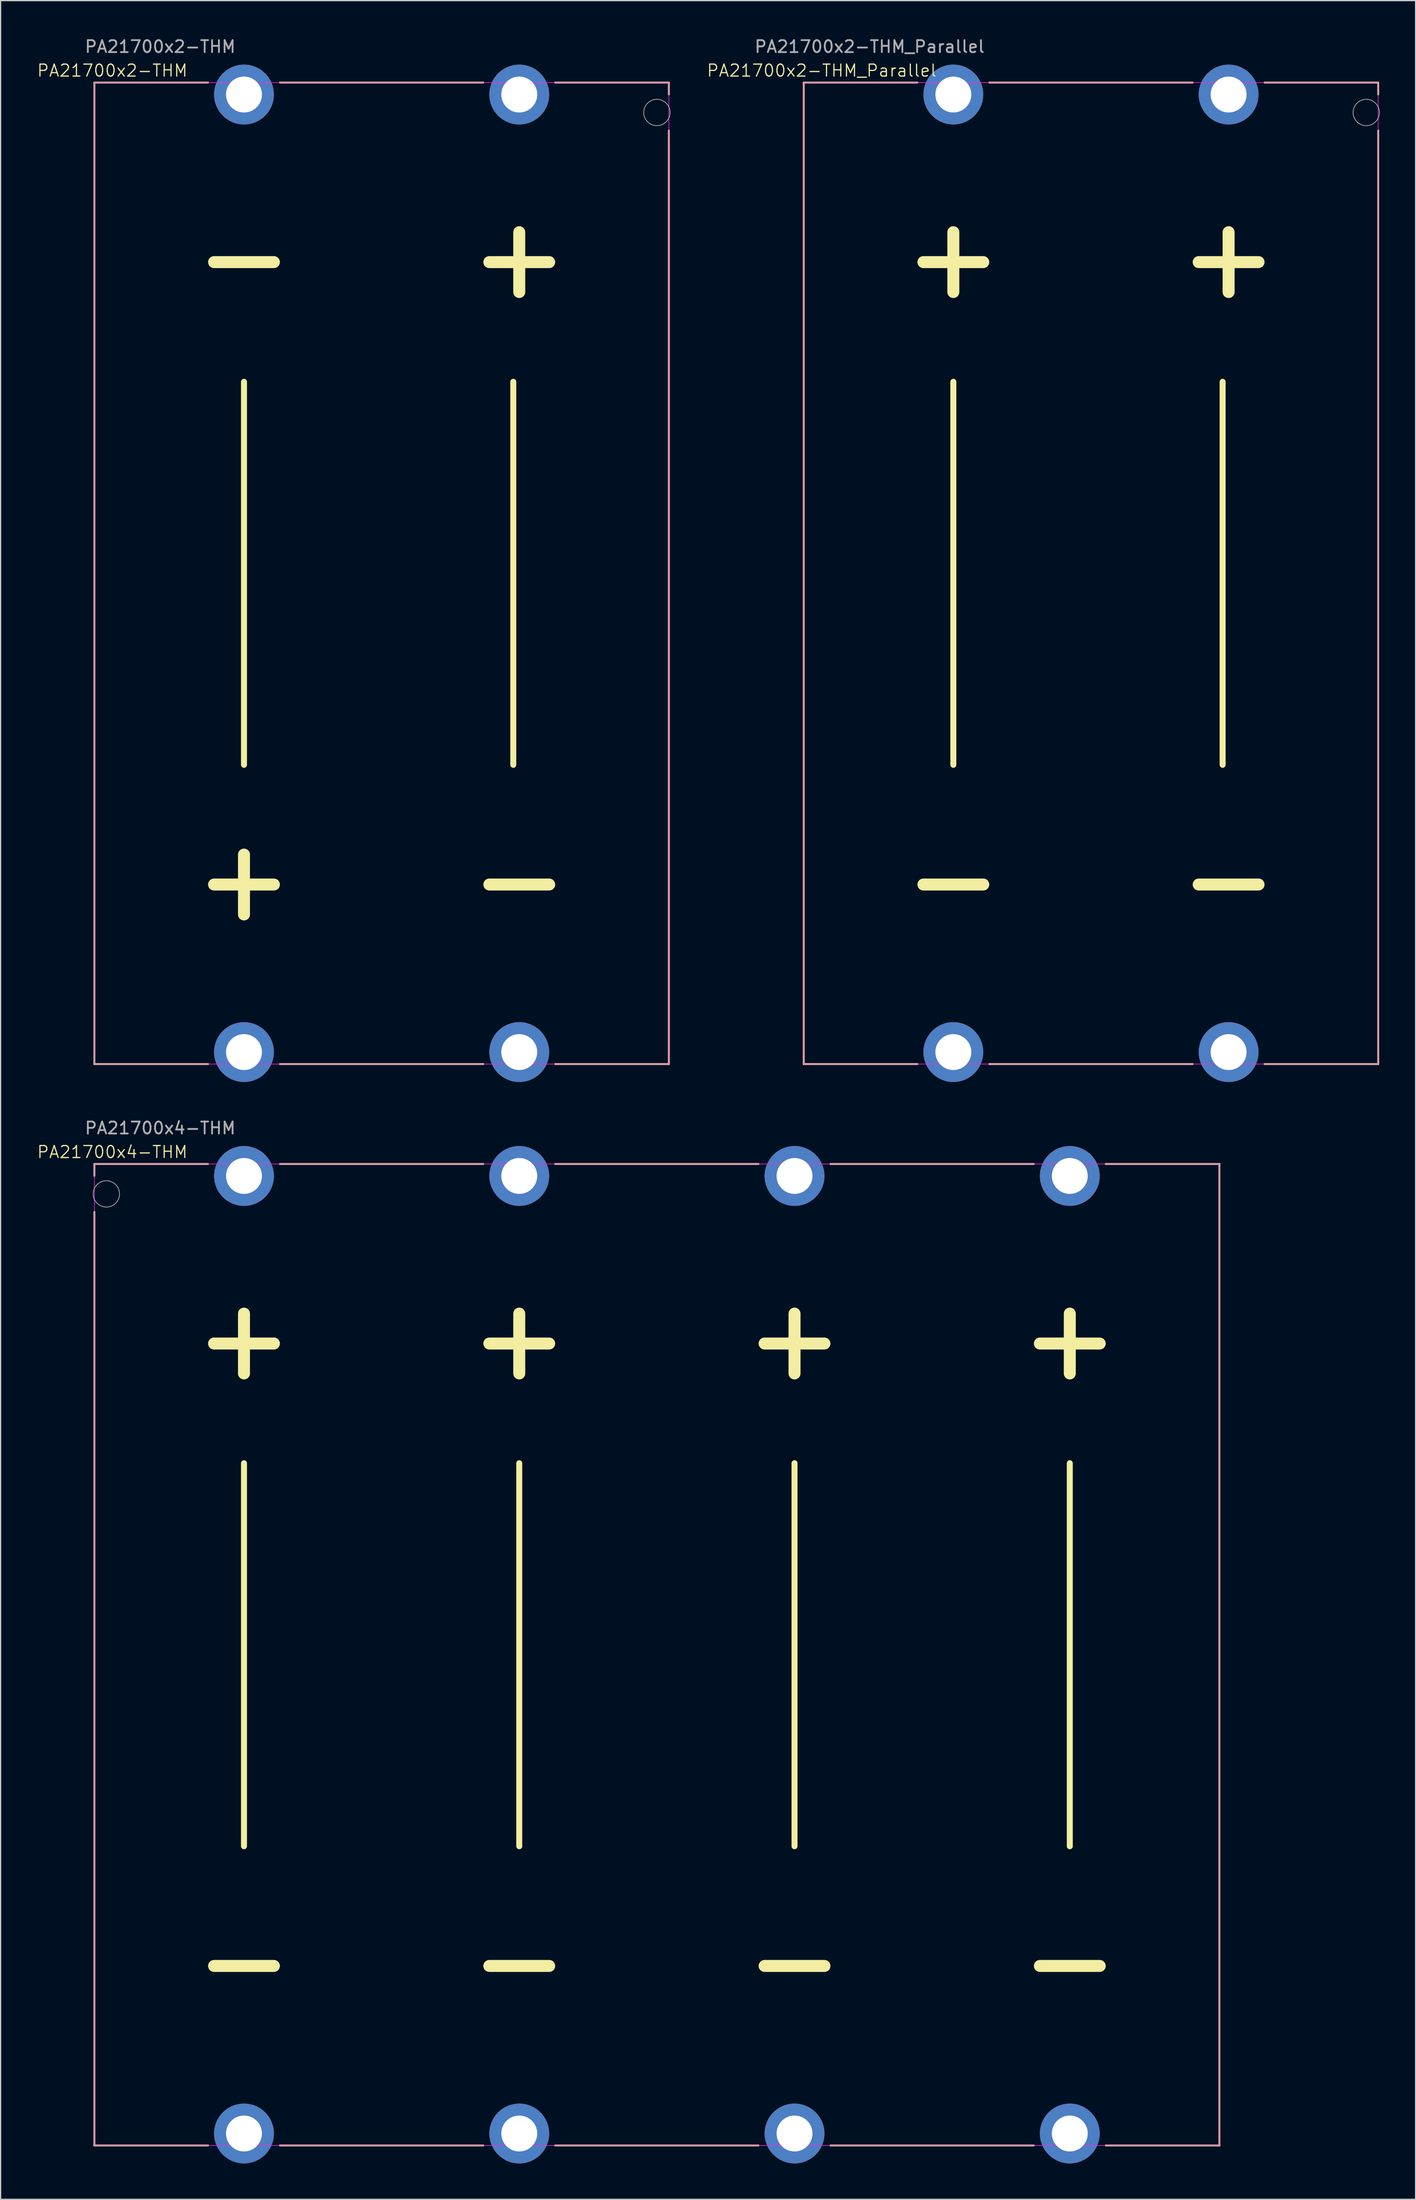
<source format=kicad_pcb>
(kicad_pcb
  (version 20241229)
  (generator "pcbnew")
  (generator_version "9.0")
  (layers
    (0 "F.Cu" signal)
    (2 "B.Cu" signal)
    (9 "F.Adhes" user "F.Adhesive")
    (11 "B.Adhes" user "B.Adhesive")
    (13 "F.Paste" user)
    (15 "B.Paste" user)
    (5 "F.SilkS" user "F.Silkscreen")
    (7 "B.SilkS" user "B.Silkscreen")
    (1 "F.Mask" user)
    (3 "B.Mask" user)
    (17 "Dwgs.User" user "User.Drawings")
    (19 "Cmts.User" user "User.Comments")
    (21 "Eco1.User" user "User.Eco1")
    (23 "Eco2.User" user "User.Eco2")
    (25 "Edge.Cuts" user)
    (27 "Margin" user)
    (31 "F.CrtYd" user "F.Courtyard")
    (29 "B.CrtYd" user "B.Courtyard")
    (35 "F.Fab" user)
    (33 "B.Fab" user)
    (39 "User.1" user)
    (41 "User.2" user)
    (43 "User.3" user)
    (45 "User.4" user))
  (footprint "PA21700x4-THM"
    (layer "F.Cu")
    (at 4.836 94.197)
    (property "Reference" "PA21700x4-THM" (at 1.5 -1 0) (unlocked yes) (layer "F.SilkS") (effects (font (size 1 1) (thickness 0.1))))
    (attr through_hole)
    (fp_line (start 0 0) (end 0 1) (stroke (width 0.15) (type default)) (layer "F.SilkS"))
    (fp_line (start 0 0) (end 9.5 0) (stroke (width 0.15) (type default)) (layer "F.SilkS"))
    (fp_line (start 0 82) (end 0 4) (stroke (width 0.15) (type default)) (layer "F.SilkS"))
    (fp_line (start 0 82) (end 9.5 82) (stroke (width 0.15) (type default)) (layer "F.SilkS"))
    (fp_line (start 10 15) (end 15 15) (stroke (width 1) (type default)) (layer "F.SilkS"))
    (fp_line (start 10 67) (end 15 67) (stroke (width 1) (type default)) (layer "F.SilkS"))
    (fp_line (start 12.5 12.5) (end 12.5 17.5) (stroke (width 1) (type default)) (layer "F.SilkS"))
    (fp_line (start 12.5 25) (end 12.5 57) (stroke (width 0.5) (type default)) (layer "F.SilkS"))
    (fp_line (start 15.5 0) (end 32.5 0) (stroke (width 0.15) (type default)) (layer "F.SilkS"))
    (fp_line (start 32.5 82) (end 15.5 82) (stroke (width 0.15) (type default)) (layer "F.SilkS"))
    (fp_line (start 33 15) (end 38 15) (stroke (width 1) (type default)) (layer "F.SilkS"))
    (fp_line (start 33 67) (end 38 67) (stroke (width 1) (type default)) (layer "F.SilkS"))
    (fp_line (start 35.5 12.5) (end 35.5 17.5) (stroke (width 1) (type default)) (layer "F.SilkS"))
    (fp_line (start 35.5 25) (end 35.5 57) (stroke (width 0.5) (type default)) (layer "F.SilkS"))
    (fp_line (start 55.5 0) (end 38.5 0) (stroke (width 0.15) (type default)) (layer "F.SilkS"))
    (fp_line (start 55.5 82) (end 38.5 82) (stroke (width 0.15) (type default)) (layer "F.SilkS"))
    (fp_line (start 56 15) (end 61 15) (stroke (width 1) (type default)) (layer "F.SilkS"))
    (fp_line (start 56 67) (end 61 67) (stroke (width 1) (type default)) (layer "F.SilkS"))
    (fp_line (start 58.5 12.5) (end 58.5 17.5) (stroke (width 1) (type default)) (layer "F.SilkS"))
    (fp_line (start 58.5 25) (end 58.5 57) (stroke (width 0.5) (type default)) (layer "F.SilkS"))
    (fp_line (start 61.5 0) (end 78.5 0) (stroke (width 0.15) (type default)) (layer "F.SilkS"))
    (fp_line (start 78.5 82) (end 61.5 82) (stroke (width 0.15) (type default)) (layer "F.SilkS"))
    (fp_line (start 79 15) (end 84 15) (stroke (width 1) (type default)) (layer "F.SilkS"))
    (fp_line (start 79 67) (end 84 67) (stroke (width 1) (type default)) (layer "F.SilkS"))
    (fp_line (start 81.5 12.5) (end 81.5 17.5) (stroke (width 1) (type default)) (layer "F.SilkS"))
    (fp_line (start 81.5 25) (end 81.5 57) (stroke (width 0.5) (type default)) (layer "F.SilkS"))
    (fp_line (start 94 0) (end 84.5 0) (stroke (width 0.15) (type default)) (layer "F.SilkS"))
    (fp_line (start 94 82) (end 84.5 82) (stroke (width 0.15) (type default)) (layer "F.SilkS"))
    (fp_line (start 94 82) (end 94 0) (stroke (width 0.15) (type default)) (layer "F.SilkS"))
    (fp_circle (center 1 2.5) (end 2.1 2.5) (stroke (width 0.05) (type default)) (fill no) (layer "Edge.Cuts"))
    (fp_rect (start 0 0) (end 94 82) (stroke (width 0.05) (type default)) (fill no) (layer "F.CrtYd"))
    (fp_text user "${REFERENCE}" (at 5.5 -3 0) (unlocked yes) (layer "F.Fab") (effects (font (size 1 1) (thickness 0.15))))
    (pad "1" thru_hole circle (at 12.5 81) (size 5 5) (drill 3) (layers "*.Cu" "*.Mask"))
    (pad "2" thru_hole circle (at 35.5 81) (size 5 5) (drill 3) (layers "*.Cu" "*.Mask"))
    (pad "3" thru_hole circle (at 58.5 81) (size 5 5) (drill 3) (layers "*.Cu" "*.Mask"))
    (pad "4" thru_hole circle (at 81.5 81) (size 5 5) (drill 3) (layers "*.Cu" "*.Mask"))
    (pad "5" thru_hole circle (at 81.5 1) (size 5 5) (drill 3) (layers "*.Cu" "*.Mask"))
    (pad "6" thru_hole circle (at 58.5 1) (size 5 5) (drill 3) (layers "*.Cu" "*.Mask"))
    (pad "7" thru_hole circle (at 35.5 1) (size 5 5) (drill 3) (layers "*.Cu" "*.Mask"))
    (pad "8" thru_hole circle (at 12.5 1) (size 5 5) (drill 3) (layers "*.Cu" "*.Mask")))
  (footprint "PA21700x2-THM_Parallel"
    (layer "F.Cu")
    (at 64.106 3.848)
    (property "Reference" "PA21700x2-THM_Parallel" (at 1.5 -1 0) (unlocked yes) (layer "F.SilkS") (effects (font (size 1 1) (thickness 0.1))))
    (attr through_hole)
    (fp_line (start 0 0) (end 9.5 0) (stroke (width 0.15) (type default)) (layer "F.SilkS"))
    (fp_line (start 0 82) (end 0 0) (stroke (width 0.15) (type default)) (layer "F.SilkS"))
    (fp_line (start 0 82) (end 9.5 82) (stroke (width 0.15) (type default)) (layer "F.SilkS"))
    (fp_line (start 10 15) (end 15 15) (stroke (width 1) (type default)) (layer "F.SilkS"))
    (fp_line (start 10 67) (end 15 67) (stroke (width 1) (type default)) (layer "F.SilkS"))
    (fp_line (start 12.5 12.5) (end 12.5 17.5) (stroke (width 1) (type default)) (layer "F.SilkS"))
    (fp_line (start 12.5 25) (end 12.5 57) (stroke (width 0.5) (type default)) (layer "F.SilkS"))
    (fp_line (start 15.5 0) (end 32.5 0) (stroke (width 0.15) (type default)) (layer "F.SilkS"))
    (fp_line (start 32.5 82) (end 15.5 82) (stroke (width 0.15) (type default)) (layer "F.SilkS"))
    (fp_line (start 33 15) (end 38 15) (stroke (width 1) (type default)) (layer "F.SilkS"))
    (fp_line (start 33 67) (end 38 67) (stroke (width 1) (type default)) (layer "F.SilkS"))
    (fp_line (start 35 25) (end 35 57) (stroke (width 0.5) (type default)) (layer "F.SilkS"))
    (fp_line (start 35.5 12.5) (end 35.5 17.5) (stroke (width 1) (type default)) (layer "F.SilkS"))
    (fp_line (start 48 0) (end 38.5 0) (stroke (width 0.15) (type default)) (layer "F.SilkS"))
    (fp_line (start 48 0) (end 48 1) (stroke (width 0.15) (type default)) (layer "F.SilkS"))
    (fp_line (start 48 82) (end 38.5 82) (stroke (width 0.15) (type default)) (layer "F.SilkS"))
    (fp_line (start 48 82) (end 48 4) (stroke (width 0.15) (type default)) (layer "F.SilkS"))
    (fp_circle (center 47 2.5) (end 48.1 2.5) (stroke (width 0.05) (type default)) (fill no) (layer "Edge.Cuts"))
    (fp_rect (start 0 0) (end 48 82) (stroke (width 0.05) (type default)) (fill no) (layer "F.CrtYd"))
    (fp_text user "${REFERENCE}" (at 5.5 -3 0) (unlocked yes) (layer "F.Fab") (effects (font (size 1 1) (thickness 0.15))))
    (pad "1" thru_hole circle (at 12.5 1) (size 5 5) (drill 3) (layers "*.Cu" "*.Mask"))
    (pad "2" thru_hole circle (at 12.5 81) (size 5 5) (drill 3) (layers "*.Cu" "*.Mask"))
    (pad "3" thru_hole circle (at 35.5 81) (size 5 5) (drill 3) (layers "*.Cu" "*.Mask"))
    (pad "4" thru_hole circle (at 35.5 1) (size 5 5) (drill 3) (layers "*.Cu" "*.Mask")))
  (footprint "PA21700x2-THM"
    (layer "F.Cu")
    (at 4.836 3.848)
    (property "Reference" "PA21700x2-THM" (at 1.5 -1 0) (unlocked yes) (layer "F.SilkS") (effects (font (size 1 1) (thickness 0.1))))
    (attr through_hole)
    (fp_line (start 0 0) (end 9.5 0) (stroke (width 0.15) (type default)) (layer "F.SilkS"))
    (fp_line (start 0 82) (end 0 0) (stroke (width 0.15) (type default)) (layer "F.SilkS"))
    (fp_line (start 0 82) (end 9.5 82) (stroke (width 0.15) (type default)) (layer "F.SilkS"))
    (fp_line (start 10 15) (end 15 15) (stroke (width 1) (type default)) (layer "F.SilkS"))
    (fp_line (start 10 67) (end 15 67) (stroke (width 1) (type default)) (layer "F.SilkS"))
    (fp_line (start 12.5 25) (end 12.5 57) (stroke (width 0.5) (type default)) (layer "F.SilkS"))
    (fp_line (start 12.5 64.5) (end 12.5 69.5) (stroke (width 1) (type default)) (layer "F.SilkS"))
    (fp_line (start 15.5 0) (end 32.5 0) (stroke (width 0.15) (type default)) (layer "F.SilkS"))
    (fp_line (start 32.5 82) (end 15.5 82) (stroke (width 0.15) (type default)) (layer "F.SilkS"))
    (fp_line (start 33 15) (end 38 15) (stroke (width 1) (type default)) (layer "F.SilkS"))
    (fp_line (start 33 67) (end 38 67) (stroke (width 1) (type default)) (layer "F.SilkS"))
    (fp_line (start 35 25) (end 35 57) (stroke (width 0.5) (type default)) (layer "F.SilkS"))
    (fp_line (start 35.5 12.5) (end 35.5 17.5) (stroke (width 1) (type default)) (layer "F.SilkS"))
    (fp_line (start 48 0) (end 38.5 0) (stroke (width 0.15) (type default)) (layer "F.SilkS"))
    (fp_line (start 48 0) (end 48 1) (stroke (width 0.15) (type default)) (layer "F.SilkS"))
    (fp_line (start 48 82) (end 38.5 82) (stroke (width 0.15) (type default)) (layer "F.SilkS"))
    (fp_line (start 48 82) (end 48 4) (stroke (width 0.15) (type default)) (layer "F.SilkS"))
    (fp_circle (center 47 2.5) (end 48.1 2.5) (stroke (width 0.05) (type default)) (fill no) (layer "Edge.Cuts"))
    (fp_rect (start 0 0) (end 48 82) (stroke (width 0.05) (type default)) (fill no) (layer "F.CrtYd"))
    (fp_text user "${REFERENCE}" (at 5.5 -3 0) (unlocked yes) (layer "F.Fab") (effects (font (size 1 1) (thickness 0.15))))
    (pad "1" thru_hole circle (at 12.5 1) (size 5 5) (drill 3) (layers "*.Cu" "*.Mask"))
    (pad "2" thru_hole circle (at 12.5 81) (size 5 5) (drill 3) (layers "*.Cu" "*.Mask"))
    (pad "3" thru_hole circle (at 35.5 81) (size 5 5) (drill 3) (layers "*.Cu" "*.Mask"))
    (pad "4" thru_hole circle (at 35.5 1) (size 5 5) (drill 3) (layers "*.Cu" "*.Mask")))
  (gr_rect
    (start -3 -3)
    (end 115.231 180.696)
    (stroke (width 0.1) (type default))
    (fill no)
    (layer "Edge.Cuts")))
</source>
